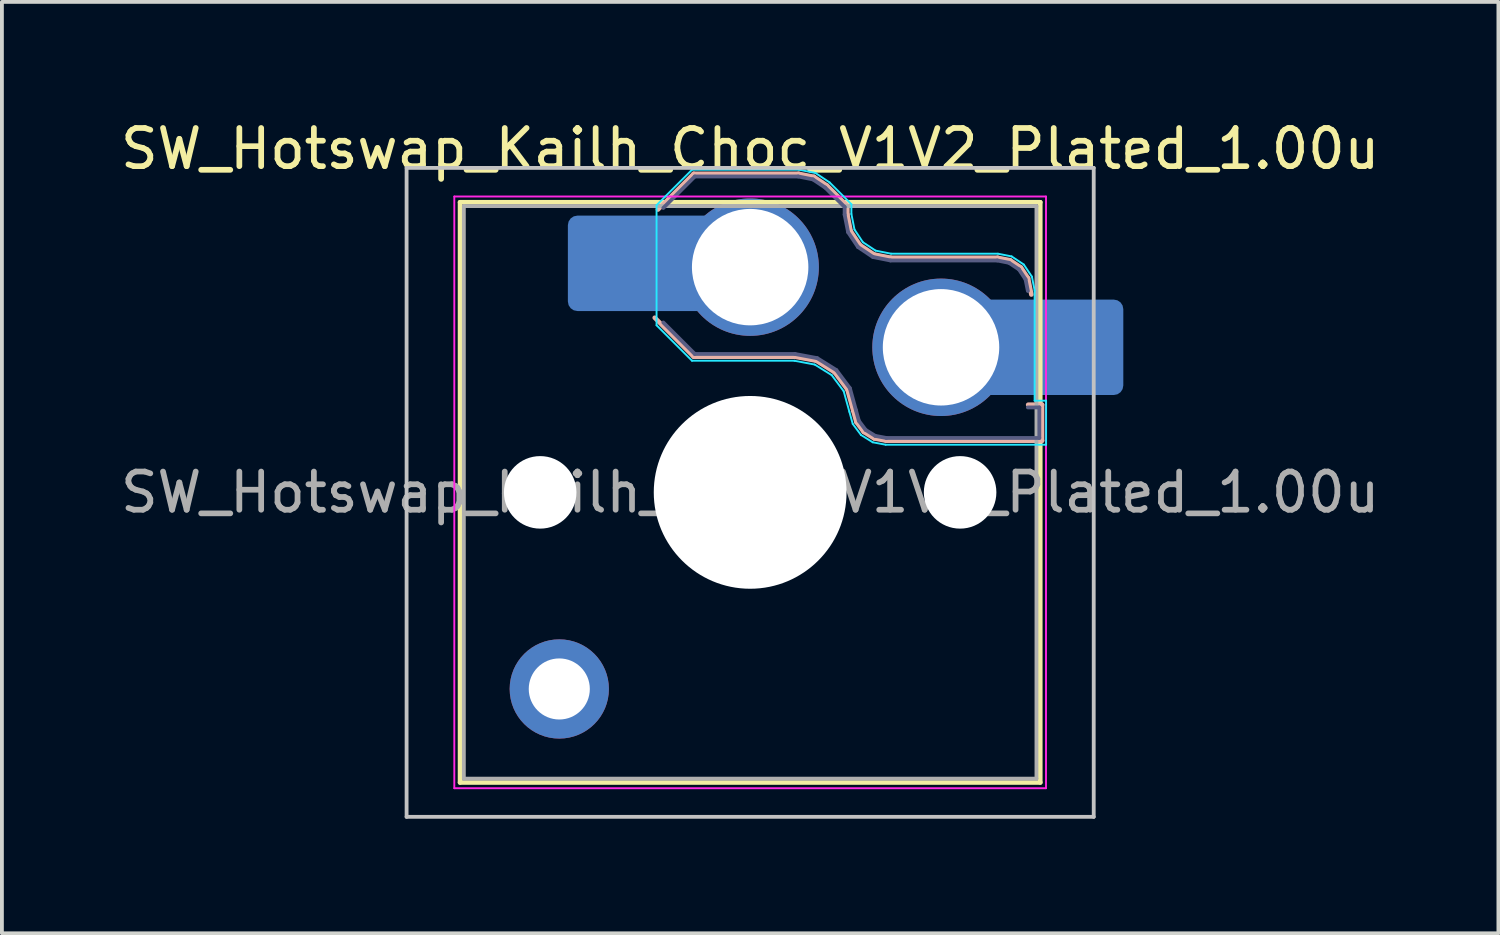
<source format=kicad_pcb>
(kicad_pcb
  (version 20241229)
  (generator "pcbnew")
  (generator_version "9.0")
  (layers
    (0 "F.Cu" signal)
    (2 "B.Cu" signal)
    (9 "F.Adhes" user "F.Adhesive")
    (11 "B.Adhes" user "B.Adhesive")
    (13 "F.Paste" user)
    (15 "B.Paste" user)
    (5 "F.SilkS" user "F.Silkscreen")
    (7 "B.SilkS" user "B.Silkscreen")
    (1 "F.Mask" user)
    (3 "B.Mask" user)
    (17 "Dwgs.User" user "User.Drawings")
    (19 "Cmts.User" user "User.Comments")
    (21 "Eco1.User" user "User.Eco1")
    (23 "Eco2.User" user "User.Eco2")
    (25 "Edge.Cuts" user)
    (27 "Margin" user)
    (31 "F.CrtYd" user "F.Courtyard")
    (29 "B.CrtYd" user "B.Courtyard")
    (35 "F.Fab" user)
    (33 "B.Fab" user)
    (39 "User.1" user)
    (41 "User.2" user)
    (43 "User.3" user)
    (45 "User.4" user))
  (footprint "SW_Hotswap_Kailh_Choc_V1V2_Plated_1.00u"
    (layer "F.Cu")
    (at 16.601 9.848)
    (property "Reference" "SW_Hotswap_Kailh_Choc_V1V2_Plated_1.00u" (at 0 -9 0) (layer "F.SilkS") (effects (font (size 1 1) (thickness 0.15))))
    (attr smd)
    (fp_line (start -7.6 -7.6) (end -7.6 7.6) (stroke (width 0.12) (type solid)) (layer "F.SilkS"))
    (fp_line (start -7.6 7.6) (end 7.6 7.6) (stroke (width 0.12) (type solid)) (layer "F.SilkS"))
    (fp_line (start 7.6 -7.6) (end -7.6 -7.6) (stroke (width 0.12) (type solid)) (layer "F.SilkS"))
    (fp_line (start 7.6 7.6) (end 7.6 -7.6) (stroke (width 0.12) (type solid)) (layer "F.SilkS"))
    (fp_line (start -2.416 -7.409) (end -1.479 -8.346) (stroke (width 0.12) (type solid)) (layer "B.SilkS"))
    (fp_line (start -1.479 -8.346) (end 1.268 -8.346) (stroke (width 0.12) (type solid)) (layer "B.SilkS"))
    (fp_line (start -1.479 -3.554) (end -2.5 -4.575) (stroke (width 0.12) (type solid)) (layer "B.SilkS"))
    (fp_line (start 1.168 -3.554) (end -1.479 -3.554) (stroke (width 0.12) (type solid)) (layer "B.SilkS"))
    (fp_line (start 1.268 -8.346) (end 1.671 -8.266) (stroke (width 0.12) (type solid)) (layer "B.SilkS"))
    (fp_line (start 1.671 -8.266) (end 2.013 -8.037) (stroke (width 0.12) (type solid)) (layer "B.SilkS"))
    (fp_line (start 1.73 -3.449) (end 1.168 -3.554) (stroke (width 0.12) (type solid)) (layer "B.SilkS"))
    (fp_line (start 2.013 -8.037) (end 2.546 -7.504) (stroke (width 0.12) (type solid)) (layer "B.SilkS"))
    (fp_line (start 2.209 -3.15) (end 1.73 -3.449) (stroke (width 0.12) (type solid)) (layer "B.SilkS"))
    (fp_line (start 2.546 -7.504) (end 2.546 -7.282) (stroke (width 0.12) (type solid)) (layer "B.SilkS"))
    (fp_line (start 2.546 -7.282) (end 2.633 -6.844) (stroke (width 0.12) (type solid)) (layer "B.SilkS"))
    (fp_line (start 2.547 -2.697) (end 2.209 -3.15) (stroke (width 0.12) (type solid)) (layer "B.SilkS"))
    (fp_line (start 2.633 -6.844) (end 2.877 -6.477) (stroke (width 0.12) (type solid)) (layer "B.SilkS"))
    (fp_line (start 2.701 -2.139) (end 2.547 -2.697) (stroke (width 0.12) (type solid)) (layer "B.SilkS"))
    (fp_line (start 2.783 -1.841) (end 2.701 -2.139) (stroke (width 0.12) (type solid)) (layer "B.SilkS"))
    (fp_line (start 2.877 -6.477) (end 3.244 -6.233) (stroke (width 0.12) (type solid)) (layer "B.SilkS"))
    (fp_line (start 2.976 -1.583) (end 2.783 -1.841) (stroke (width 0.12) (type solid)) (layer "B.SilkS"))
    (fp_line (start 3.244 -6.233) (end 3.682 -6.146) (stroke (width 0.12) (type solid)) (layer "B.SilkS"))
    (fp_line (start 3.25 -1.413) (end 2.976 -1.583) (stroke (width 0.12) (type solid)) (layer "B.SilkS"))
    (fp_line (start 3.56 -1.354) (end 3.25 -1.413) (stroke (width 0.12) (type solid)) (layer "B.SilkS"))
    (fp_line (start 3.682 -6.146) (end 6.482 -6.146) (stroke (width 0.12) (type solid)) (layer "B.SilkS"))
    (fp_line (start 6.482 -6.146) (end 6.809 -6.081) (stroke (width 0.12) (type solid)) (layer "B.SilkS"))
    (fp_line (start 6.809 -6.081) (end 7.092 -5.892) (stroke (width 0.12) (type solid)) (layer "B.SilkS"))
    (fp_line (start 7.092 -5.892) (end 7.281 -5.609) (stroke (width 0.12) (type solid)) (layer "B.SilkS"))
    (fp_line (start 7.281 -5.609) (end 7.366 -5.182) (stroke (width 0.12) (type solid)) (layer "B.SilkS"))
    (fp_line (start 7.283 -2.296) (end 7.646 -2.296) (stroke (width 0.12) (type solid)) (layer "B.SilkS"))
    (fp_line (start 7.646 -2.296) (end 7.646 -1.354) (stroke (width 0.12) (type solid)) (layer "B.SilkS"))
    (fp_line (start 7.646 -1.354) (end 3.56 -1.354) (stroke (width 0.12) (type solid)) (layer "B.SilkS"))
    (fp_line (start -9 -8.5) (end -9 8.5) (stroke (width 0.1) (type solid)) (layer "Dwgs.User"))
    (fp_line (start -9 8.5) (end 9 8.5) (stroke (width 0.1) (type solid)) (layer "Dwgs.User"))
    (fp_line (start 9 -8.5) (end -9 -8.5) (stroke (width 0.1) (type solid)) (layer "Dwgs.User"))
    (fp_line (start 9 8.5) (end 9 -8.5) (stroke (width 0.1) (type solid)) (layer "Dwgs.User"))
    (fp_line (start -7.25 -7.25) (end -7.25 7.25) (stroke (width 0.1) (type solid)) (layer "Eco1.User"))
    (fp_line (start -7.25 7.25) (end 7.25 7.25) (stroke (width 0.1) (type solid)) (layer "Eco1.User"))
    (fp_line (start 7.25 -7.25) (end -7.25 -7.25) (stroke (width 0.1) (type solid)) (layer "Eco1.User"))
    (fp_line (start 7.25 7.25) (end 7.25 -7.25) (stroke (width 0.1) (type solid)) (layer "Eco1.User"))
    (fp_line (start -2.452 -7.523) (end -1.523 -8.452) (stroke (width 0.05) (type solid)) (layer "B.CrtYd"))
    (fp_line (start -2.452 -4.377) (end -2.452 -7.523) (stroke (width 0.05) (type solid)) (layer "B.CrtYd"))
    (fp_line (start -1.523 -8.452) (end 1.278 -8.452) (stroke (width 0.05) (type solid)) (layer "B.CrtYd"))
    (fp_line (start -1.523 -3.448) (end -2.452 -4.377) (stroke (width 0.05) (type solid)) (layer "B.CrtYd"))
    (fp_line (start 1.159 -3.448) (end -1.523 -3.448) (stroke (width 0.05) (type solid)) (layer "B.CrtYd"))
    (fp_line (start 1.278 -8.452) (end 1.712 -8.366) (stroke (width 0.05) (type solid)) (layer "B.CrtYd"))
    (fp_line (start 1.691 -3.348) (end 1.159 -3.448) (stroke (width 0.05) (type solid)) (layer "B.CrtYd"))
    (fp_line (start 1.712 -8.366) (end 2.081 -8.119) (stroke (width 0.05) (type solid)) (layer "B.CrtYd"))
    (fp_line (start 2.081 -8.119) (end 2.652 -7.548) (stroke (width 0.05) (type solid)) (layer "B.CrtYd"))
    (fp_line (start 2.136 -3.071) (end 1.691 -3.348) (stroke (width 0.05) (type solid)) (layer "B.CrtYd"))
    (fp_line (start 2.45 -2.65) (end 2.136 -3.071) (stroke (width 0.05) (type solid)) (layer "B.CrtYd"))
    (fp_line (start 2.599 -2.111) (end 2.45 -2.65) (stroke (width 0.05) (type solid)) (layer "B.CrtYd"))
    (fp_line (start 2.652 -7.548) (end 2.652 -7.292) (stroke (width 0.05) (type solid)) (layer "B.CrtYd"))
    (fp_line (start 2.652 -7.292) (end 2.733 -6.885) (stroke (width 0.05) (type solid)) (layer "B.CrtYd"))
    (fp_line (start 2.687 -1.794) (end 2.599 -2.111) (stroke (width 0.05) (type solid)) (layer "B.CrtYd"))
    (fp_line (start 2.733 -6.885) (end 2.953 -6.553) (stroke (width 0.05) (type solid)) (layer "B.CrtYd"))
    (fp_line (start 2.903 -1.503) (end 2.687 -1.794) (stroke (width 0.05) (type solid)) (layer "B.CrtYd"))
    (fp_line (start 2.953 -6.553) (end 3.285 -6.333) (stroke (width 0.05) (type solid)) (layer "B.CrtYd"))
    (fp_line (start 3.211 -1.312) (end 2.903 -1.503) (stroke (width 0.05) (type solid)) (layer "B.CrtYd"))
    (fp_line (start 3.285 -6.333) (end 3.692 -6.252) (stroke (width 0.05) (type solid)) (layer "B.CrtYd"))
    (fp_line (start 3.55 -1.248) (end 3.211 -1.312) (stroke (width 0.05) (type solid)) (layer "B.CrtYd"))
    (fp_line (start 3.692 -6.252) (end 6.492 -6.252) (stroke (width 0.05) (type solid)) (layer "B.CrtYd"))
    (fp_line (start 6.492 -6.252) (end 6.85 -6.181) (stroke (width 0.05) (type solid)) (layer "B.CrtYd"))
    (fp_line (start 6.85 -6.181) (end 7.168 -5.968) (stroke (width 0.05) (type solid)) (layer "B.CrtYd"))
    (fp_line (start 7.168 -5.968) (end 7.381 -5.65) (stroke (width 0.05) (type solid)) (layer "B.CrtYd"))
    (fp_line (start 7.381 -5.65) (end 7.452 -5.292) (stroke (width 0.05) (type solid)) (layer "B.CrtYd"))
    (fp_line (start 7.452 -5.292) (end 7.452 -2.402) (stroke (width 0.05) (type solid)) (layer "B.CrtYd"))
    (fp_line (start 7.452 -2.402) (end 7.752 -2.402) (stroke (width 0.05) (type solid)) (layer "B.CrtYd"))
    (fp_line (start 7.752 -2.402) (end 7.752 -1.248) (stroke (width 0.05) (type solid)) (layer "B.CrtYd"))
    (fp_line (start 7.752 -1.248) (end 3.55 -1.248) (stroke (width 0.05) (type solid)) (layer "B.CrtYd"))
    (fp_line (start -7.75 -7.75) (end -7.75 7.75) (stroke (width 0.05) (type solid)) (layer "F.CrtYd"))
    (fp_line (start -7.75 7.75) (end 7.75 7.75) (stroke (width 0.05) (type solid)) (layer "F.CrtYd"))
    (fp_line (start 7.75 -7.75) (end -7.75 -7.75) (stroke (width 0.05) (type solid)) (layer "F.CrtYd"))
    (fp_line (start 7.75 7.75) (end 7.75 -7.75) (stroke (width 0.05) (type solid)) (layer "F.CrtYd"))
    (fp_line (start -2.275 -7.45) (end -1.45 -8.275) (stroke (width 0.1) (type solid)) (layer "B.Fab"))
    (fp_line (start -1.45 -8.275) (end 1.261 -8.275) (stroke (width 0.1) (type solid)) (layer "B.Fab"))
    (fp_line (start -1.45 -3.625) (end -2.275 -4.45) (stroke (width 0.1) (type solid)) (layer "B.Fab"))
    (fp_line (start 1.175 -3.625) (end -1.45 -3.625) (stroke (width 0.1) (type solid)) (layer "B.Fab"))
    (fp_line (start 1.261 -8.275) (end 1.643 -8.199) (stroke (width 0.1) (type solid)) (layer "B.Fab"))
    (fp_line (start 1.643 -8.199) (end 1.968 -7.982) (stroke (width 0.1) (type solid)) (layer "B.Fab"))
    (fp_line (start 1.756 -3.516) (end 1.175 -3.625) (stroke (width 0.1) (type solid)) (layer "B.Fab"))
    (fp_line (start 1.968 -7.982) (end 2.475 -7.475) (stroke (width 0.1) (type solid)) (layer "B.Fab"))
    (fp_line (start 2.258 -3.203) (end 1.756 -3.516) (stroke (width 0.1) (type solid)) (layer "B.Fab"))
    (fp_line (start 2.475 -7.475) (end 2.475 -7.275) (stroke (width 0.1) (type solid)) (layer "B.Fab"))
    (fp_line (start 2.475 -7.275) (end 2.566 -6.816) (stroke (width 0.1) (type solid)) (layer "B.Fab"))
    (fp_line (start 2.566 -6.816) (end 2.826 -6.426) (stroke (width 0.1) (type solid)) (layer "B.Fab"))
    (fp_line (start 2.612 -2.729) (end 2.258 -3.203) (stroke (width 0.1) (type solid)) (layer "B.Fab"))
    (fp_line (start 2.769 -2.158) (end 2.612 -2.729) (stroke (width 0.1) (type solid)) (layer "B.Fab"))
    (fp_line (start 2.826 -6.426) (end 3.216 -6.166) (stroke (width 0.1) (type solid)) (layer "B.Fab"))
    (fp_line (start 2.848 -1.873) (end 2.769 -2.158) (stroke (width 0.1) (type solid)) (layer "B.Fab"))
    (fp_line (start 3.025 -1.636) (end 2.848 -1.873) (stroke (width 0.1) (type solid)) (layer "B.Fab"))
    (fp_line (start 3.216 -6.166) (end 3.675 -6.075) (stroke (width 0.1) (type solid)) (layer "B.Fab"))
    (fp_line (start 3.276 -1.48) (end 3.025 -1.636) (stroke (width 0.1) (type solid)) (layer "B.Fab"))
    (fp_line (start 3.567 -1.425) (end 3.276 -1.48) (stroke (width 0.1) (type solid)) (layer "B.Fab"))
    (fp_line (start 3.675 -6.075) (end 6.475 -6.075) (stroke (width 0.1) (type solid)) (layer "B.Fab"))
    (fp_line (start 6.475 -6.075) (end 6.781 -6.014) (stroke (width 0.1) (type solid)) (layer "B.Fab"))
    (fp_line (start 6.781 -6.014) (end 7.041 -5.841) (stroke (width 0.1) (type solid)) (layer "B.Fab"))
    (fp_line (start 7.041 -5.841) (end 7.214 -5.581) (stroke (width 0.1) (type solid)) (layer "B.Fab"))
    (fp_line (start 7.214 -5.581) (end 7.275 -5.275) (stroke (width 0.1) (type solid)) (layer "B.Fab"))
    (fp_line (start 7.275 -2.225) (end 7.575 -2.225) (stroke (width 0.1) (type solid)) (layer "B.Fab"))
    (fp_line (start 7.575 -2.225) (end 7.575 -1.425) (stroke (width 0.1) (type solid)) (layer "B.Fab"))
    (fp_line (start 7.575 -1.425) (end 3.567 -1.425) (stroke (width 0.1) (type solid)) (layer "B.Fab"))
    (fp_line (start -7.5 -7.5) (end -7.5 7.5) (stroke (width 0.1) (type solid)) (layer "F.Fab"))
    (fp_line (start -7.5 7.5) (end 7.5 7.5) (stroke (width 0.1) (type solid)) (layer "F.Fab"))
    (fp_line (start 7.5 -7.5) (end -7.5 -7.5) (stroke (width 0.1) (type solid)) (layer "F.Fab"))
    (fp_line (start 7.5 7.5) (end 7.5 -7.5) (stroke (width 0.1) (type solid)) (layer "F.Fab"))
    (fp_text user "${REFERENCE}" (at 0 0 0) (layer "F.Fab") (effects (font (size 1 1) (thickness 0.15))))
    (pad "" np_thru_hole circle (at -5.5 0) (size 1.9 1.9) (drill 1.9) (layers "*.Cu" "*.Mask"))
    (pad "" smd circle (at -5 5.15) (size 1.65 1.65) (layers "F.Mask"))
    (pad "" thru_hole circle (at -5 5.15) (size 2.6 2.6) (drill 1.6) (layers "*.Cu" "B.Mask"))
    (pad "" smd roundrect (at -3.5 -6) (size 2.55 2.5) (layers "B.Mask" "B.Paste") (roundrect_rratio 0.1))
    (pad "" smd circle (at 0 -5.9) (size 3.1 3.1) (layers "F.Mask"))
    (pad "" np_thru_hole circle (at 0 0) (size 5.05 5.05) (drill 5.05) (layers "*.Cu" "*.Mask"))
    (pad "" smd circle (at 5 -3.8) (size 3.1 3.1) (layers "F.Mask"))
    (pad "" np_thru_hole circle (at 5.5 0) (size 1.9 1.9) (drill 1.9) (layers "*.Cu" "*.Mask"))
    (pad "" smd roundrect (at 8.5 -3.8) (size 2.55 2.5) (layers "B.Mask" "B.Paste") (roundrect_rratio 0.1))
    (pad "1" smd roundrect (at -2.85 -6) (size 3.85 2.5) (layers "B.Cu") (roundrect_rratio 0.1))
    (pad "1" thru_hole circle (at 0 -5.9) (size 3.6 3.6) (drill 3.05) (layers "*.Cu" "B.Mask"))
    (pad "2" thru_hole circle (at 5 -3.8) (size 3.6 3.6) (drill 3.05) (layers "*.Cu" "B.Mask"))
    (pad "2" smd roundrect (at 7.85 -3.8) (size 3.85 2.5) (layers "B.Cu") (roundrect_rratio 0.1)))
  (gr_rect
    (start -3 -3)
    (end 36.202 21.398)
    (stroke (width 0.1) (type default))
    (fill no)
    (layer "Edge.Cuts")))
</source>
